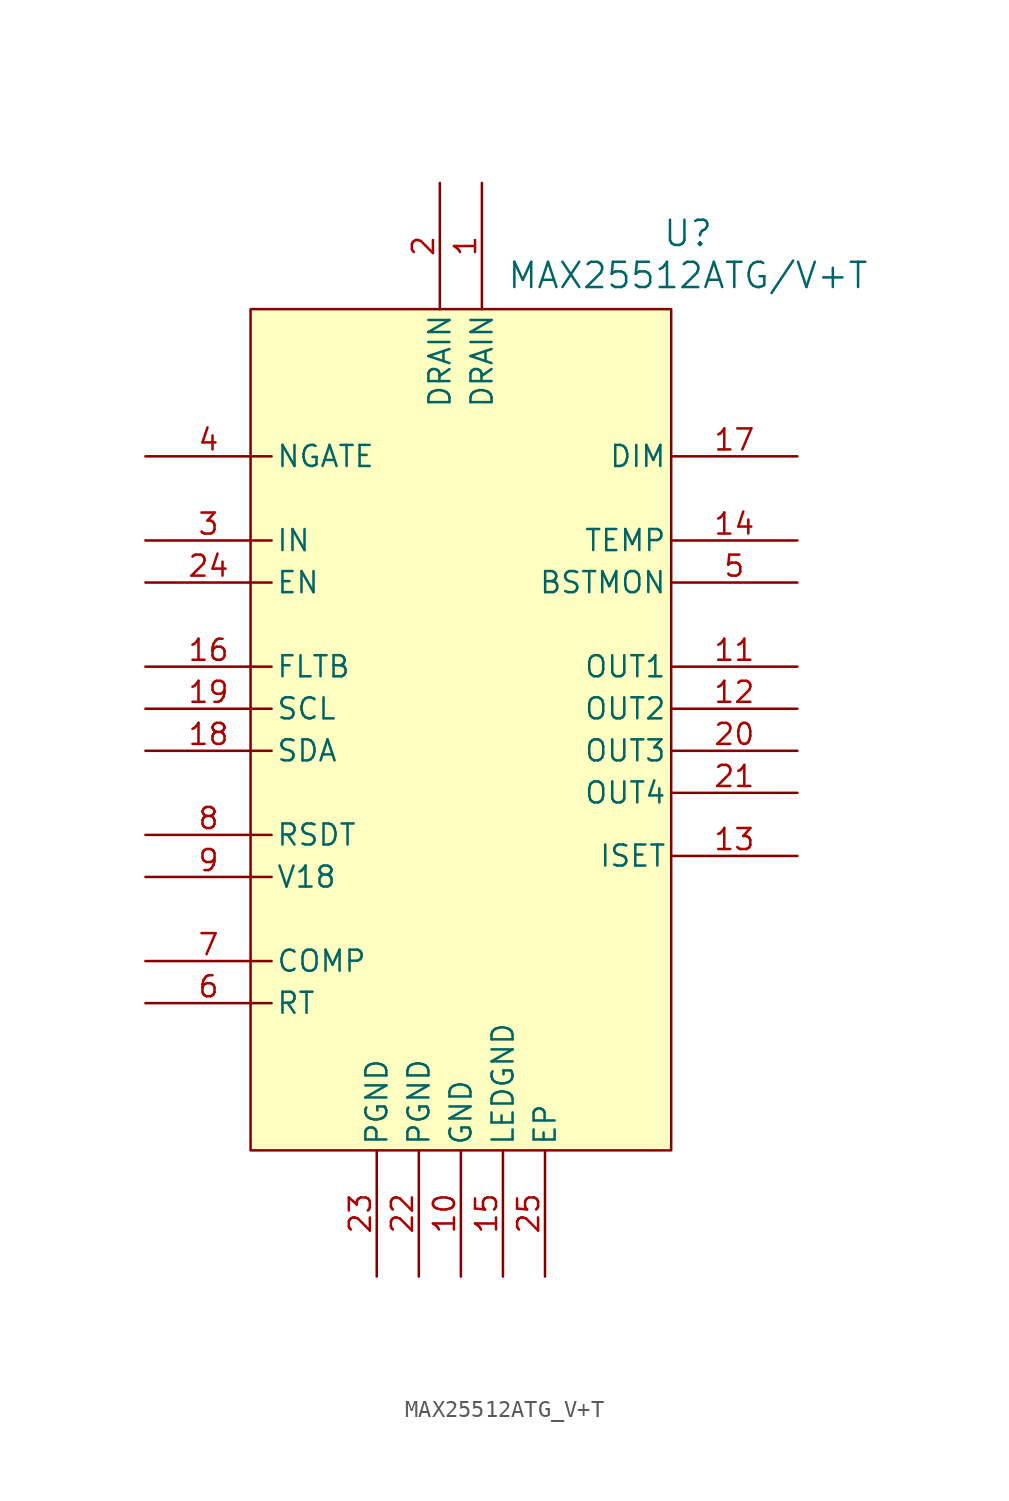
<source format=kicad_sym>
(kicad_symbol_lib
  (version 20241209)
  (generator "kicad_symbol_editor")
  (generator_version "9.0")
  (symbol "MAX25512ATG_V+T"
    (pin_names
      (offset 0.254))
    (property "Reference" "U"
      (at 26.416 4.572 0)
      (effects (font (size 1.524 1.524))))
    (property "Value" "MAX25512ATG/V+T"
      (at 26.416 2.032 0)
      (effects (font (size 1.524 1.524))))
    (property "ki_locked" ""
      (at 0 0 0)
      (effects (font (size 1.27 1.27))))
    (symbol "MAX25512ATG_V+T_0_1"
      (pin unspecified line (at -6.35 -8.89 0) (length 7.62) (name "NGATE" (effects (font (size 1.27 1.27)))) (number "4" (effects (font (size 1.27 1.27)))))
      (pin power_in line (at -6.35 -13.97 0) (length 7.62) (name "IN" (effects (font (size 1.27 1.27)))) (number "3" (effects (font (size 1.27 1.27)))))
      (pin input line (at -6.35 -16.51 0) (length 7.62) (name "EN" (effects (font (size 1.27 1.27)))) (number "24" (effects (font (size 1.27 1.27)))))
      (pin output line (at -6.35 -21.59 0) (length 7.62) (name "FLTB" (effects (font (size 1.27 1.27)))) (number "16" (effects (font (size 1.27 1.27)))))
      (pin input line (at -6.35 -24.13 0) (length 7.62) (name "SCL" (effects (font (size 1.27 1.27)))) (number "19" (effects (font (size 1.27 1.27)))))
      (pin unspecified line (at -6.35 -26.67 0) (length 7.62) (name "SDA" (effects (font (size 1.27 1.27)))) (number "18" (effects (font (size 1.27 1.27)))))
      (pin input line (at -6.35 -31.75 0) (length 7.62) (name "RSDT" (effects (font (size 1.27 1.27)))) (number "8" (effects (font (size 1.27 1.27)))))
      (pin power_in line (at -6.35 -34.29 0) (length 7.62) (name "V18" (effects (font (size 1.27 1.27)))) (number "9" (effects (font (size 1.27 1.27)))))
      (pin input line (at -6.35 -39.37 0) (length 7.62) (name "COMP" (effects (font (size 1.27 1.27)))) (number "7" (effects (font (size 1.27 1.27)))))
      (pin unspecified line (at -6.35 -41.91 0) (length 7.62) (name "RT" (effects (font (size 1.27 1.27)))) (number "6" (effects (font (size 1.27 1.27)))))
      (pin power_out line (at 7.62 -58.42 90) (length 7.62) (name "PGND" (effects (font (size 1.27 1.27)))) (number "23" (effects (font (size 1.27 1.27)))))
      (pin power_out line (at 10.16 -58.42 90) (length 7.62) (name "PGND" (effects (font (size 1.27 1.27)))) (number "22" (effects (font (size 1.27 1.27)))))
      (pin unspecified line (at 11.43 7.62 270) (length 7.62) (name "DRAIN" (effects (font (size 1.27 1.27)))) (number "2" (effects (font (size 1.27 1.27)))))
      (pin power_out line (at 12.7 -58.42 90) (length 7.62) (name "GND" (effects (font (size 1.27 1.27)))) (number "10" (effects (font (size 1.27 1.27)))))
      (pin unspecified line (at 13.97 7.62 270) (length 7.62) (name "DRAIN" (effects (font (size 1.27 1.27)))) (number "1" (effects (font (size 1.27 1.27)))))
      (pin power_out line (at 15.24 -58.42 90) (length 7.62) (name "LEDGND" (effects (font (size 1.27 1.27)))) (number "15" (effects (font (size 1.27 1.27)))))
      (pin power_out line (at 17.78 -58.42 90) (length 7.62) (name "EP" (effects (font (size 1.27 1.27)))) (number "25" (effects (font (size 1.27 1.27)))))
      (pin input line (at 33.02 -8.89 180) (length 7.62) (name "DIM" (effects (font (size 1.27 1.27)))) (number "17" (effects (font (size 1.27 1.27)))))
      (pin input line (at 33.02 -13.97 180) (length 7.62) (name "TEMP" (effects (font (size 1.27 1.27)))) (number "14" (effects (font (size 1.27 1.27)))))
      (pin input line (at 33.02 -16.51 180) (length 7.62) (name "BSTMON" (effects (font (size 1.27 1.27)))) (number "5" (effects (font (size 1.27 1.27)))))
      (pin output line (at 33.02 -21.59 180) (length 7.62) (name "OUT1" (effects (font (size 1.27 1.27)))) (number "11" (effects (font (size 1.27 1.27)))))
      (pin output line (at 33.02 -24.13 180) (length 7.62) (name "OUT2" (effects (font (size 1.27 1.27)))) (number "12" (effects (font (size 1.27 1.27)))))
      (pin output line (at 33.02 -26.67 180) (length 7.62) (name "OUT3" (effects (font (size 1.27 1.27)))) (number "20" (effects (font (size 1.27 1.27)))))
      (pin output line (at 33.02 -29.21 180) (length 7.62) (name "OUT4" (effects (font (size 1.27 1.27)))) (number "21" (effects (font (size 1.27 1.27)))))
      (pin input line (at 33.02 -33.02 180) (length 7.62) (name "ISET" (effects (font (size 1.27 1.27)))) (number "13" (effects (font (size 1.27 1.27))))))
    (symbol "MAX25512ATG_V+T_1_1"
      (rectangle (start 0 0) (end 25.4 -50.8) (stroke (width 0) (type solid)) (fill (type background))))))
</source>
